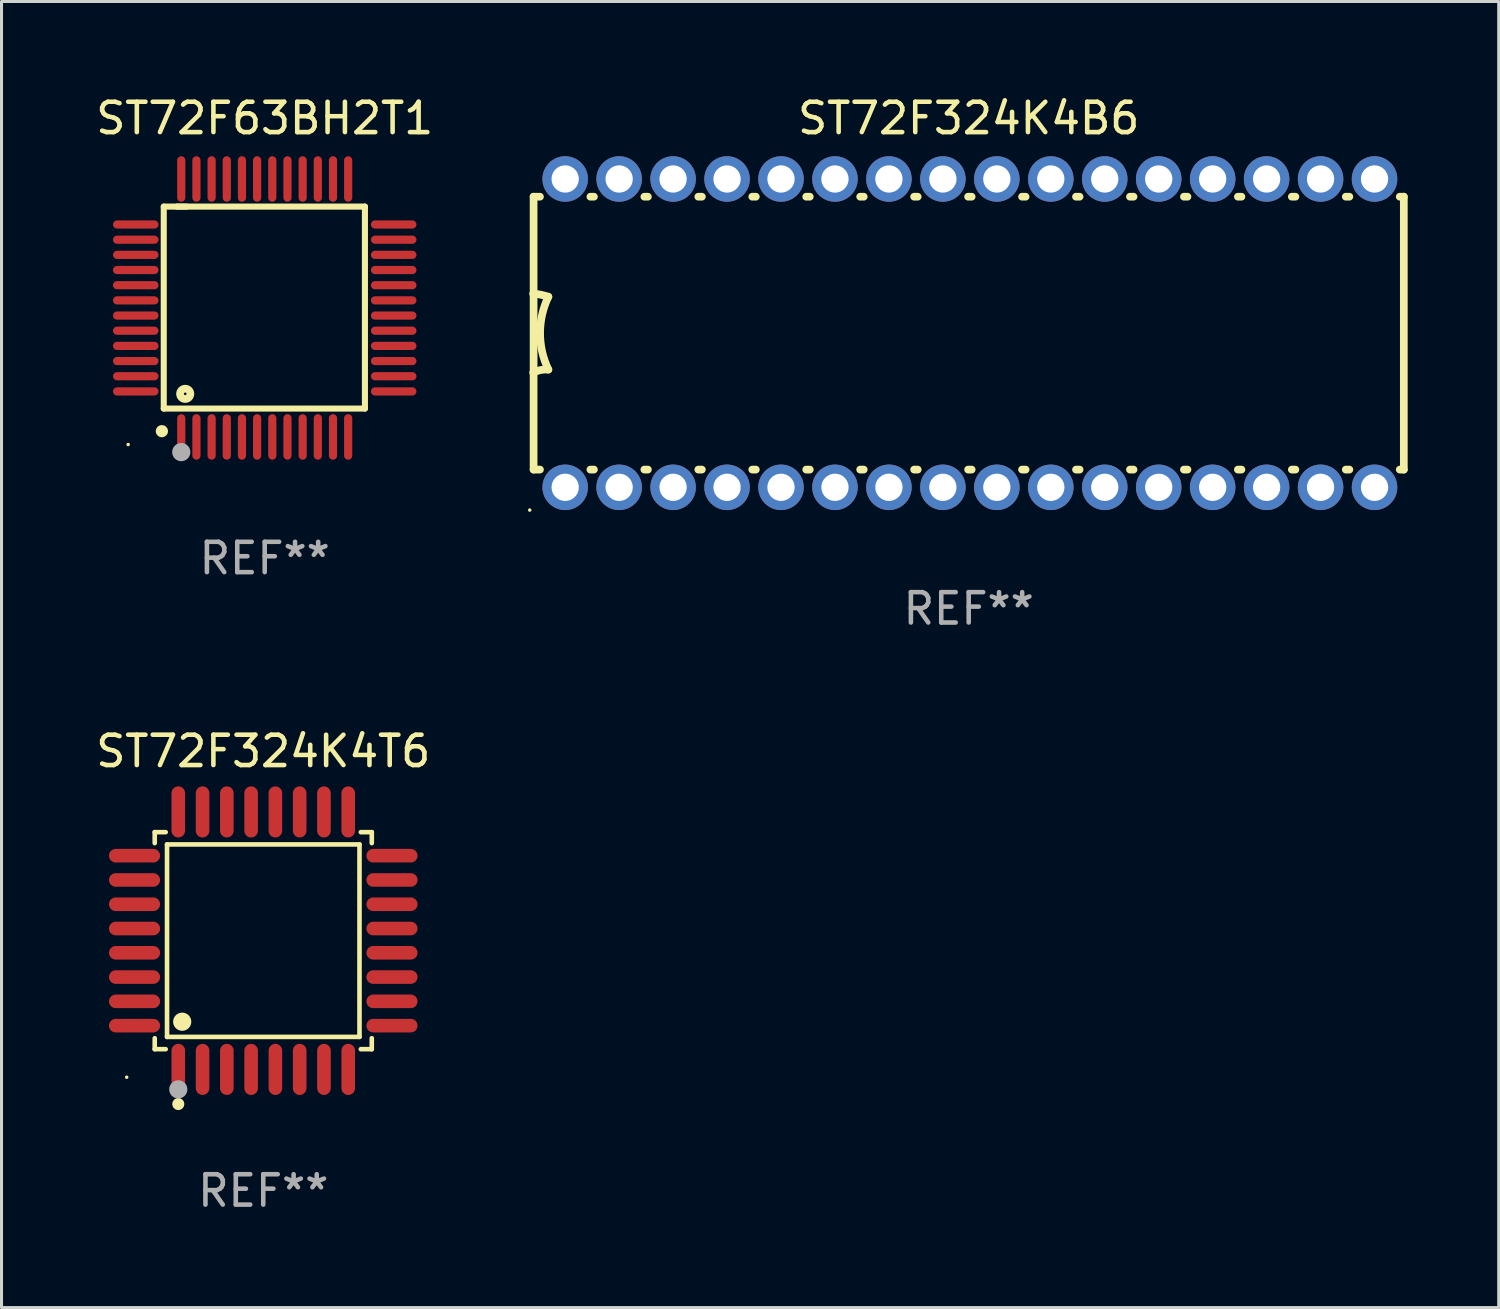
<source format=kicad_pcb>
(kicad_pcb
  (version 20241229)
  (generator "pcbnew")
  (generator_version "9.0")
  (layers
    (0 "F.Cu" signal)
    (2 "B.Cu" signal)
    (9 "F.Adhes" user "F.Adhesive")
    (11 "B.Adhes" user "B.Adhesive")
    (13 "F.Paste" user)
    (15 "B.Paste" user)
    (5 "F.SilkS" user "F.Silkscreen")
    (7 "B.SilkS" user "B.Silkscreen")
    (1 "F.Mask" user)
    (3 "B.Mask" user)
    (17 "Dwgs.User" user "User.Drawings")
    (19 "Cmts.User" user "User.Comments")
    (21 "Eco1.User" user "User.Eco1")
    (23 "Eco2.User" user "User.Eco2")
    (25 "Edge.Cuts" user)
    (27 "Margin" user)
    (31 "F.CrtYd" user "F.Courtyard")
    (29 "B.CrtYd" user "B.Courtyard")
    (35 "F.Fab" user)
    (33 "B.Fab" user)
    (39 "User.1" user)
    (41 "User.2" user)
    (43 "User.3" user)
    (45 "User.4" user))
  (footprint "ST72F324K4B6"
    (layer "F.Cu")
    (at 28.871 7.928)
    (property "Reference" "ST72F324K4B6" (at 0 -7.08 0) (layer "F.SilkS") (effects (font (size 1 1) (thickness 0.15))))
    (attr through_hole)
    (fp_line (start -14.338 -4.496) (end -14.128 -4.496) (stroke (width 0.254) (type solid)) (layer "F.SilkS"))
    (fp_line (start -14.338 -1.295) (end -14.338 -4.496) (stroke (width 0.254) (type solid)) (layer "F.SilkS"))
    (fp_line (start -14.338 1.295) (end -14.338 -1.295) (stroke (width 0.254) (type solid)) (layer "F.SilkS"))
    (fp_line (start -14.338 4.496) (end -14.338 1.295) (stroke (width 0.254) (type solid)) (layer "F.SilkS"))
    (fp_line (start -14.338 4.496) (end -14.128 4.496) (stroke (width 0.254) (type solid)) (layer "F.SilkS"))
    (fp_line (start -12.466 -4.496) (end -12.35 -4.496) (stroke (width 0.254) (type solid)) (layer "F.SilkS"))
    (fp_line (start -12.466 4.496) (end -12.35 4.496) (stroke (width 0.254) (type solid)) (layer "F.SilkS"))
    (fp_line (start -10.688 -4.496) (end -10.572 -4.496) (stroke (width 0.254) (type solid)) (layer "F.SilkS"))
    (fp_line (start -10.688 4.496) (end -10.572 4.496) (stroke (width 0.254) (type solid)) (layer "F.SilkS"))
    (fp_line (start -8.91 -4.496) (end -8.793 -4.496) (stroke (width 0.254) (type solid)) (layer "F.SilkS"))
    (fp_line (start -8.91 4.496) (end -8.793 4.496) (stroke (width 0.254) (type solid)) (layer "F.SilkS"))
    (fp_line (start -7.132 -4.496) (end -7.015 -4.496) (stroke (width 0.254) (type solid)) (layer "F.SilkS"))
    (fp_line (start -7.132 4.496) (end -7.015 4.496) (stroke (width 0.254) (type solid)) (layer "F.SilkS"))
    (fp_line (start -5.354 -4.496) (end -5.237 -4.496) (stroke (width 0.254) (type solid)) (layer "F.SilkS"))
    (fp_line (start -5.354 4.496) (end -5.237 4.496) (stroke (width 0.254) (type solid)) (layer "F.SilkS"))
    (fp_line (start -3.576 -4.496) (end -3.459 -4.496) (stroke (width 0.254) (type solid)) (layer "F.SilkS"))
    (fp_line (start -3.576 4.496) (end -3.459 4.496) (stroke (width 0.254) (type solid)) (layer "F.SilkS"))
    (fp_line (start -1.798 -4.496) (end -1.681 -4.496) (stroke (width 0.254) (type solid)) (layer "F.SilkS"))
    (fp_line (start -1.798 4.496) (end -1.681 4.496) (stroke (width 0.254) (type solid)) (layer "F.SilkS"))
    (fp_line (start -0.02 -4.496) (end 0.097 -4.496) (stroke (width 0.254) (type solid)) (layer "F.SilkS"))
    (fp_line (start -0.02 4.496) (end 0.097 4.496) (stroke (width 0.254) (type solid)) (layer "F.SilkS"))
    (fp_line (start 1.758 -4.496) (end 1.875 -4.496) (stroke (width 0.254) (type solid)) (layer "F.SilkS"))
    (fp_line (start 1.758 4.496) (end 1.875 4.496) (stroke (width 0.254) (type solid)) (layer "F.SilkS"))
    (fp_line (start 3.536 -4.496) (end 3.653 -4.496) (stroke (width 0.254) (type solid)) (layer "F.SilkS"))
    (fp_line (start 3.536 4.496) (end 3.653 4.496) (stroke (width 0.254) (type solid)) (layer "F.SilkS"))
    (fp_line (start 5.314 -4.496) (end 5.431 -4.496) (stroke (width 0.254) (type solid)) (layer "F.SilkS"))
    (fp_line (start 5.314 4.496) (end 5.431 4.496) (stroke (width 0.254) (type solid)) (layer "F.SilkS"))
    (fp_line (start 7.092 -4.496) (end 7.209 -4.496) (stroke (width 0.254) (type solid)) (layer "F.SilkS"))
    (fp_line (start 7.092 4.496) (end 7.209 4.496) (stroke (width 0.254) (type solid)) (layer "F.SilkS"))
    (fp_line (start 8.87 -4.496) (end 8.987 -4.496) (stroke (width 0.254) (type solid)) (layer "F.SilkS"))
    (fp_line (start 8.87 4.496) (end 8.987 4.496) (stroke (width 0.254) (type solid)) (layer "F.SilkS"))
    (fp_line (start 10.648 -4.496) (end 10.765 -4.496) (stroke (width 0.254) (type solid)) (layer "F.SilkS"))
    (fp_line (start 10.648 4.496) (end 10.765 4.496) (stroke (width 0.254) (type solid)) (layer "F.SilkS"))
    (fp_line (start 12.426 -4.496) (end 12.543 -4.496) (stroke (width 0.254) (type solid)) (layer "F.SilkS"))
    (fp_line (start 12.426 4.496) (end 12.543 4.496) (stroke (width 0.254) (type solid)) (layer "F.SilkS"))
    (fp_line (start 14.204 -4.496) (end 14.338 -4.496) (stroke (width 0.254) (type solid)) (layer "F.SilkS"))
    (fp_line (start 14.204 4.496) (end 14.338 4.496) (stroke (width 0.254) (type solid)) (layer "F.SilkS"))
    (fp_line (start 14.338 -4.496) (end 14.338 4.496) (stroke (width 0.254) (type solid)) (layer "F.SilkS"))
    (fp_arc (start -14.350902 -1.3) (mid -14.09779 -1.26556) (end -13.850902 -1.2) (stroke (width 0.254001) (type solid)) (layer "F.SilkS"))
    (fp_arc (start -14.350902 1.3) (mid -14.107595 1.216535) (end -13.850902 1.2) (stroke (width 0.254001) (type solid)) (layer "F.SilkS"))
    (fp_arc (start -13.850902 1.2) (mid -14.123939 0) (end -13.850902 -1.2) (stroke (width 0.254001) (type solid)) (layer "F.SilkS"))
    (fp_circle (center -14.465 5.83) (end -14.435 5.83) (stroke (width 0.06) (type solid)) (fill no) (layer "F.SilkS"))
    (fp_text user "REF**" (at 0 9.08 0) (layer "F.Fab") (effects (font (size 1 1) (thickness 0.15))))
    (pad "1" thru_hole circle (at -13.297 5.08) (size 1.5 1.5) (drill 0.9) (layers "*.Cu" "*.Mask"))
    (pad "2" thru_hole circle (at -11.519 5.08) (size 1.5 1.5) (drill 0.9) (layers "*.Cu" "*.Mask"))
    (pad "3" thru_hole circle (at -9.741 5.08) (size 1.5 1.5) (drill 0.9) (layers "*.Cu" "*.Mask"))
    (pad "4" thru_hole circle (at -7.963 5.08) (size 1.5 1.5) (drill 0.9) (layers "*.Cu" "*.Mask"))
    (pad "5" thru_hole circle (at -6.185 5.08) (size 1.5 1.5) (drill 0.9) (layers "*.Cu" "*.Mask"))
    (pad "6" thru_hole circle (at -4.407 5.08) (size 1.5 1.5) (drill 0.9) (layers "*.Cu" "*.Mask"))
    (pad "7" thru_hole circle (at -2.629 5.08) (size 1.5 1.5) (drill 0.9) (layers "*.Cu" "*.Mask"))
    (pad "8" thru_hole circle (at -0.851 5.08) (size 1.5 1.5) (drill 0.9) (layers "*.Cu" "*.Mask"))
    (pad "9" thru_hole circle (at 0.927 5.08) (size 1.5 1.5) (drill 0.9) (layers "*.Cu" "*.Mask"))
    (pad "10" thru_hole circle (at 2.705 5.08) (size 1.5 1.5) (drill 0.9) (layers "*.Cu" "*.Mask"))
    (pad "11" thru_hole circle (at 4.483 5.08) (size 1.5 1.5) (drill 0.9) (layers "*.Cu" "*.Mask"))
    (pad "12" thru_hole circle (at 6.261 5.08) (size 1.5 1.5) (drill 0.9) (layers "*.Cu" "*.Mask"))
    (pad "13" thru_hole circle (at 8.039 5.08) (size 1.5 1.5) (drill 0.9) (layers "*.Cu" "*.Mask"))
    (pad "14" thru_hole circle (at 9.817 5.08) (size 1.5 1.5) (drill 0.9) (layers "*.Cu" "*.Mask"))
    (pad "15" thru_hole circle (at 11.595 5.08) (size 1.5 1.5) (drill 0.9) (layers "*.Cu" "*.Mask"))
    (pad "16" thru_hole circle (at 13.373 5.08) (size 1.5 1.5) (drill 0.9) (layers "*.Cu" "*.Mask"))
    (pad "17" thru_hole circle (at 13.373 -5.08) (size 1.5 1.5) (drill 0.9) (layers "*.Cu" "*.Mask"))
    (pad "18" thru_hole circle (at 11.595 -5.08) (size 1.5 1.5) (drill 0.9) (layers "*.Cu" "*.Mask"))
    (pad "19" thru_hole circle (at 9.817 -5.08) (size 1.5 1.5) (drill 0.9) (layers "*.Cu" "*.Mask"))
    (pad "20" thru_hole circle (at 8.039 -5.08) (size 1.5 1.5) (drill 0.9) (layers "*.Cu" "*.Mask"))
    (pad "21" thru_hole circle (at 6.261 -5.08) (size 1.5 1.5) (drill 0.9) (layers "*.Cu" "*.Mask"))
    (pad "22" thru_hole circle (at 4.483 -5.08) (size 1.5 1.5) (drill 0.9) (layers "*.Cu" "*.Mask"))
    (pad "23" thru_hole circle (at 2.705 -5.08) (size 1.5 1.5) (drill 0.9) (layers "*.Cu" "*.Mask"))
    (pad "24" thru_hole circle (at 0.927 -5.08) (size 1.5 1.5) (drill 0.9) (layers "*.Cu" "*.Mask"))
    (pad "25" thru_hole circle (at -0.851 -5.08) (size 1.5 1.5) (drill 0.9) (layers "*.Cu" "*.Mask"))
    (pad "26" thru_hole circle (at -2.629 -5.08) (size 1.5 1.5) (drill 0.9) (layers "*.Cu" "*.Mask"))
    (pad "27" thru_hole circle (at -4.407 -5.08) (size 1.5 1.5) (drill 0.9) (layers "*.Cu" "*.Mask"))
    (pad "28" thru_hole circle (at -6.185 -5.08) (size 1.5 1.5) (drill 0.9) (layers "*.Cu" "*.Mask"))
    (pad "29" thru_hole circle (at -7.963 -5.08) (size 1.5 1.5) (drill 0.9) (layers "*.Cu" "*.Mask"))
    (pad "30" thru_hole circle (at -9.741 -5.08) (size 1.5 1.5) (drill 0.9) (layers "*.Cu" "*.Mask"))
    (pad "31" thru_hole circle (at -11.519 -5.08) (size 1.5 1.5) (drill 0.9) (layers "*.Cu" "*.Mask"))
    (pad "32" thru_hole circle (at -13.297 -5.08) (size 1.5 1.5) (drill 0.9) (layers "*.Cu" "*.Mask")))
  (footprint "ST72F63BH2T1"
    (layer "F.Cu")
    (at 5.673 7.098)
    (property "Reference" "ST72F63BH2T1" (at 0 -6.25 0) (layer "F.SilkS") (effects (font (size 1 1) (thickness 0.15))))
    (attr through_hole)
    (fp_line (start -3.327 -3.34) (end -2.565 -3.34) (stroke (width 0.2) (type solid)) (layer "F.SilkS"))
    (fp_line (start -3.327 3.315) (end -3.327 -3.34) (stroke (width 0.2) (type solid)) (layer "F.SilkS"))
    (fp_line (start -2.896 -3.34) (end 3.302 -3.34) (stroke (width 0.2) (type solid)) (layer "F.SilkS"))
    (fp_line (start 3.302 -3.34) (end 3.302 3.315) (stroke (width 0.2) (type solid)) (layer "F.SilkS"))
    (fp_line (start 3.302 3.315) (end -3.327 3.315) (stroke (width 0.2) (type solid)) (layer "F.SilkS"))
    (fp_arc (start -3.389992 4.059995) (mid -3.388722 4.059991) (end -3.387452 4.059995) (stroke (width 0.4) (type solid)) (layer "F.SilkS"))
    (fp_circle (center -4.5 4.5) (end -4.47 4.5) (stroke (width 0.06) (type solid)) (fill no) (layer "F.SilkS"))
    (fp_circle (center -2.62 2.83) (end -2.45 2.83) (stroke (width 0.254) (type solid)) (fill no) (layer "F.SilkS"))
    (fp_circle (center -2.75 4.75) (end -2.6 4.75) (stroke (width 0.3) (type solid)) (fill no) (layer "F.Fab"))
    (fp_text user "REF**" (at 0 8.25 0) (layer "F.Fab") (effects (font (size 1 1) (thickness 0.15))))
    (pad "1" smd oval (at -2.75 4.25) (size 0.27 1.5) (layers "F.Cu" "F.Mask" "F.Paste"))
    (pad "2" smd oval (at -2.25 4.25) (size 0.27 1.5) (layers "F.Cu" "F.Mask" "F.Paste"))
    (pad "3" smd oval (at -1.75 4.25) (size 0.27 1.5) (layers "F.Cu" "F.Mask" "F.Paste"))
    (pad "4" smd oval (at -1.25 4.25) (size 0.27 1.5) (layers "F.Cu" "F.Mask" "F.Paste"))
    (pad "5" smd oval (at -0.75 4.25) (size 0.27 1.5) (layers "F.Cu" "F.Mask" "F.Paste"))
    (pad "6" smd oval (at -0.25 4.25) (size 0.27 1.5) (layers "F.Cu" "F.Mask" "F.Paste"))
    (pad "7" smd oval (at 0.25 4.25) (size 0.27 1.5) (layers "F.Cu" "F.Mask" "F.Paste"))
    (pad "8" smd oval (at 0.75 4.25) (size 0.27 1.5) (layers "F.Cu" "F.Mask" "F.Paste"))
    (pad "9" smd oval (at 1.25 4.25) (size 0.27 1.5) (layers "F.Cu" "F.Mask" "F.Paste"))
    (pad "10" smd oval (at 1.75 4.25) (size 0.27 1.5) (layers "F.Cu" "F.Mask" "F.Paste"))
    (pad "11" smd oval (at 2.25 4.25) (size 0.27 1.5) (layers "F.Cu" "F.Mask" "F.Paste"))
    (pad "12" smd oval (at 2.75 4.25) (size 0.27 1.5) (layers "F.Cu" "F.Mask" "F.Paste"))
    (pad "13" smd oval (at 4.25 2.75) (size 1.5 0.27) (layers "F.Cu" "F.Mask" "F.Paste"))
    (pad "14" smd oval (at 4.25 2.25) (size 1.5 0.27) (layers "F.Cu" "F.Mask" "F.Paste"))
    (pad "15" smd oval (at 4.25 1.75) (size 1.5 0.27) (layers "F.Cu" "F.Mask" "F.Paste"))
    (pad "16" smd oval (at 4.25 1.25) (size 1.5 0.27) (layers "F.Cu" "F.Mask" "F.Paste"))
    (pad "17" smd oval (at 4.25 0.75) (size 1.5 0.27) (layers "F.Cu" "F.Mask" "F.Paste"))
    (pad "18" smd oval (at 4.25 0.25) (size 1.5 0.27) (layers "F.Cu" "F.Mask" "F.Paste"))
    (pad "19" smd oval (at 4.25 -0.25) (size 1.5 0.27) (layers "F.Cu" "F.Mask" "F.Paste"))
    (pad "20" smd oval (at 4.25 -0.75) (size 1.5 0.27) (layers "F.Cu" "F.Mask" "F.Paste"))
    (pad "21" smd oval (at 4.25 -1.25) (size 1.5 0.27) (layers "F.Cu" "F.Mask" "F.Paste"))
    (pad "22" smd oval (at 4.25 -1.75) (size 1.5 0.27) (layers "F.Cu" "F.Mask" "F.Paste"))
    (pad "23" smd oval (at 4.25 -2.25) (size 1.5 0.27) (layers "F.Cu" "F.Mask" "F.Paste"))
    (pad "24" smd oval (at 4.25 -2.75) (size 1.5 0.27) (layers "F.Cu" "F.Mask" "F.Paste"))
    (pad "25" smd oval (at 2.75 -4.25) (size 0.27 1.5) (layers "F.Cu" "F.Mask" "F.Paste"))
    (pad "26" smd oval (at 2.25 -4.25) (size 0.27 1.5) (layers "F.Cu" "F.Mask" "F.Paste"))
    (pad "27" smd oval (at 1.75 -4.25) (size 0.27 1.5) (layers "F.Cu" "F.Mask" "F.Paste"))
    (pad "28" smd oval (at 1.25 -4.25) (size 0.27 1.5) (layers "F.Cu" "F.Mask" "F.Paste"))
    (pad "29" smd oval (at 0.75 -4.25) (size 0.27 1.5) (layers "F.Cu" "F.Mask" "F.Paste"))
    (pad "30" smd oval (at 0.25 -4.25) (size 0.27 1.5) (layers "F.Cu" "F.Mask" "F.Paste"))
    (pad "31" smd oval (at -0.25 -4.25) (size 0.27 1.5) (layers "F.Cu" "F.Mask" "F.Paste"))
    (pad "32" smd oval (at -0.75 -4.25) (size 0.27 1.5) (layers "F.Cu" "F.Mask" "F.Paste"))
    (pad "33" smd oval (at -1.25 -4.25) (size 0.27 1.5) (layers "F.Cu" "F.Mask" "F.Paste"))
    (pad "34" smd oval (at -1.75 -4.25) (size 0.27 1.5) (layers "F.Cu" "F.Mask" "F.Paste"))
    (pad "35" smd oval (at -2.25 -4.25) (size 0.27 1.5) (layers "F.Cu" "F.Mask" "F.Paste"))
    (pad "36" smd oval (at -2.75 -4.25) (size 0.27 1.5) (layers "F.Cu" "F.Mask" "F.Paste"))
    (pad "37" smd oval (at -4.25 -2.75) (size 1.5 0.27) (layers "F.Cu" "F.Mask" "F.Paste"))
    (pad "38" smd oval (at -4.25 -2.25) (size 1.5 0.27) (layers "F.Cu" "F.Mask" "F.Paste"))
    (pad "39" smd oval (at -4.25 -1.75) (size 1.5 0.27) (layers "F.Cu" "F.Mask" "F.Paste"))
    (pad "40" smd oval (at -4.25 -1.25) (size 1.5 0.27) (layers "F.Cu" "F.Mask" "F.Paste"))
    (pad "41" smd oval (at -4.25 -0.75) (size 1.5 0.27) (layers "F.Cu" "F.Mask" "F.Paste"))
    (pad "42" smd oval (at -4.25 -0.25) (size 1.5 0.27) (layers "F.Cu" "F.Mask" "F.Paste"))
    (pad "43" smd oval (at -4.25 0.25) (size 1.5 0.27) (layers "F.Cu" "F.Mask" "F.Paste"))
    (pad "44" smd oval (at -4.25 0.75) (size 1.5 0.27) (layers "F.Cu" "F.Mask" "F.Paste"))
    (pad "45" smd oval (at -4.25 1.25) (size 1.5 0.27) (layers "F.Cu" "F.Mask" "F.Paste"))
    (pad "46" smd oval (at -4.25 1.75) (size 1.5 0.27) (layers "F.Cu" "F.Mask" "F.Paste"))
    (pad "47" smd oval (at -4.25 2.25) (size 1.5 0.27) (layers "F.Cu" "F.Mask" "F.Paste"))
    (pad "48" smd oval (at -4.25 2.75) (size 1.5 0.27) (layers "F.Cu" "F.Mask" "F.Paste")))
  (footprint "ST72F324K4T6"
    (layer "F.Cu")
    (at 5.625 27.947)
    (property "Reference" "ST72F324K4T6" (at 0 -6.242 0) (layer "F.SilkS") (effects (font (size 1 1) (thickness 0.15))))
    (attr through_hole)
    (fp_line (start -3.576 -3.576) (end -3.215 -3.576) (stroke (width 0.152) (type solid)) (layer "F.SilkS"))
    (fp_line (start -3.576 -3.215) (end -3.576 -3.576) (stroke (width 0.152) (type solid)) (layer "F.SilkS"))
    (fp_line (start -3.576 3.215) (end -3.576 3.576) (stroke (width 0.152) (type solid)) (layer "F.SilkS"))
    (fp_line (start -3.576 3.576) (end -3.215 3.576) (stroke (width 0.152) (type solid)) (layer "F.SilkS"))
    (fp_line (start -3.171 -3.171) (end 3.171 -3.171) (stroke (width 0.152) (type solid)) (layer "F.SilkS"))
    (fp_line (start -3.171 3.171) (end -3.171 -3.171) (stroke (width 0.152) (type solid)) (layer "F.SilkS"))
    (fp_line (start 3.171 -3.171) (end 3.171 3.171) (stroke (width 0.152) (type solid)) (layer "F.SilkS"))
    (fp_line (start 3.171 3.171) (end -3.171 3.171) (stroke (width 0.152) (type solid)) (layer "F.SilkS"))
    (fp_line (start 3.576 -3.576) (end 3.215 -3.576) (stroke (width 0.152) (type solid)) (layer "F.SilkS"))
    (fp_line (start 3.576 -3.215) (end 3.576 -3.576) (stroke (width 0.152) (type solid)) (layer "F.SilkS"))
    (fp_line (start 3.576 3.215) (end 3.576 3.576) (stroke (width 0.152) (type solid)) (layer "F.SilkS"))
    (fp_line (start 3.576 3.576) (end 3.215 3.576) (stroke (width 0.152) (type solid)) (layer "F.SilkS"))
    (fp_circle (center -4.5 4.5) (end -4.47 4.5) (stroke (width 0.06) (type solid)) (fill no) (layer "F.SilkS"))
    (fp_circle (center -2.8 5.384) (end -2.7 5.384) (stroke (width 0.2) (type solid)) (fill no) (layer "F.SilkS"))
    (fp_circle (center -2.671 2.671) (end -2.521 2.671) (stroke (width 0.3) (type solid)) (fill no) (layer "F.SilkS"))
    (fp_circle (center -2.8 4.9) (end -2.65 4.9) (stroke (width 0.3) (type solid)) (fill no) (layer "F.Fab"))
    (fp_text user "REF**" (at 0 8.242 0) (layer "F.Fab") (effects (font (size 1 1) (thickness 0.15))))
    (pad "1" smd oval (at -2.8 4.242) (size 0.448 1.684) (layers "F.Cu" "F.Mask" "F.Paste"))
    (pad "2" smd oval (at -2 4.242) (size 0.448 1.684) (layers "F.Cu" "F.Mask" "F.Paste"))
    (pad "3" smd oval (at -1.2 4.242) (size 0.448 1.684) (layers "F.Cu" "F.Mask" "F.Paste"))
    (pad "4" smd oval (at -0.4 4.242) (size 0.448 1.684) (layers "F.Cu" "F.Mask" "F.Paste"))
    (pad "5" smd oval (at 0.4 4.242) (size 0.448 1.684) (layers "F.Cu" "F.Mask" "F.Paste"))
    (pad "6" smd oval (at 1.2 4.242) (size 0.448 1.684) (layers "F.Cu" "F.Mask" "F.Paste"))
    (pad "7" smd oval (at 2 4.242) (size 0.448 1.684) (layers "F.Cu" "F.Mask" "F.Paste"))
    (pad "8" smd oval (at 2.8 4.242) (size 0.448 1.684) (layers "F.Cu" "F.Mask" "F.Paste"))
    (pad "9" smd oval (at 4.242 2.8) (size 1.684 0.448) (layers "F.Cu" "F.Mask" "F.Paste"))
    (pad "10" smd oval (at 4.242 2) (size 1.684 0.448) (layers "F.Cu" "F.Mask" "F.Paste"))
    (pad "11" smd oval (at 4.242 1.2) (size 1.684 0.448) (layers "F.Cu" "F.Mask" "F.Paste"))
    (pad "12" smd oval (at 4.242 0.4) (size 1.684 0.448) (layers "F.Cu" "F.Mask" "F.Paste"))
    (pad "13" smd oval (at 4.242 -0.4) (size 1.684 0.448) (layers "F.Cu" "F.Mask" "F.Paste"))
    (pad "14" smd oval (at 4.242 -1.2) (size 1.684 0.448) (layers "F.Cu" "F.Mask" "F.Paste"))
    (pad "15" smd oval (at 4.242 -2) (size 1.684 0.448) (layers "F.Cu" "F.Mask" "F.Paste"))
    (pad "16" smd oval (at 4.242 -2.8) (size 1.684 0.448) (layers "F.Cu" "F.Mask" "F.Paste"))
    (pad "17" smd oval (at 2.8 -4.242) (size 0.448 1.684) (layers "F.Cu" "F.Mask" "F.Paste"))
    (pad "18" smd oval (at 2 -4.242) (size 0.448 1.684) (layers "F.Cu" "F.Mask" "F.Paste"))
    (pad "19" smd oval (at 1.2 -4.242) (size 0.448 1.684) (layers "F.Cu" "F.Mask" "F.Paste"))
    (pad "20" smd oval (at 0.4 -4.242) (size 0.448 1.684) (layers "F.Cu" "F.Mask" "F.Paste"))
    (pad "21" smd oval (at -0.4 -4.242) (size 0.448 1.684) (layers "F.Cu" "F.Mask" "F.Paste"))
    (pad "22" smd oval (at -1.2 -4.242) (size 0.448 1.684) (layers "F.Cu" "F.Mask" "F.Paste"))
    (pad "23" smd oval (at -2 -4.242) (size 0.448 1.684) (layers "F.Cu" "F.Mask" "F.Paste"))
    (pad "24" smd oval (at -2.8 -4.242) (size 0.448 1.684) (layers "F.Cu" "F.Mask" "F.Paste"))
    (pad "25" smd oval (at -4.242 -2.8) (size 1.684 0.448) (layers "F.Cu" "F.Mask" "F.Paste"))
    (pad "26" smd oval (at -4.242 -2) (size 1.684 0.448) (layers "F.Cu" "F.Mask" "F.Paste"))
    (pad "27" smd oval (at -4.242 -1.2) (size 1.684 0.448) (layers "F.Cu" "F.Mask" "F.Paste"))
    (pad "28" smd oval (at -4.242 -0.4) (size 1.684 0.448) (layers "F.Cu" "F.Mask" "F.Paste"))
    (pad "29" smd oval (at -4.242 0.4) (size 1.684 0.448) (layers "F.Cu" "F.Mask" "F.Paste"))
    (pad "30" smd oval (at -4.242 1.2) (size 1.684 0.448) (layers "F.Cu" "F.Mask" "F.Paste"))
    (pad "31" smd oval (at -4.242 2) (size 1.684 0.448) (layers "F.Cu" "F.Mask" "F.Paste"))
    (pad "32" smd oval (at -4.242 2.8) (size 1.684 0.448) (layers "F.Cu" "F.Mask" "F.Paste")))
  (gr_rect
    (start -3 -3)
    (end 46.336 40.037)
    (stroke (width 0.1) (type default))
    (fill no)
    (layer "Edge.Cuts")))
</source>
